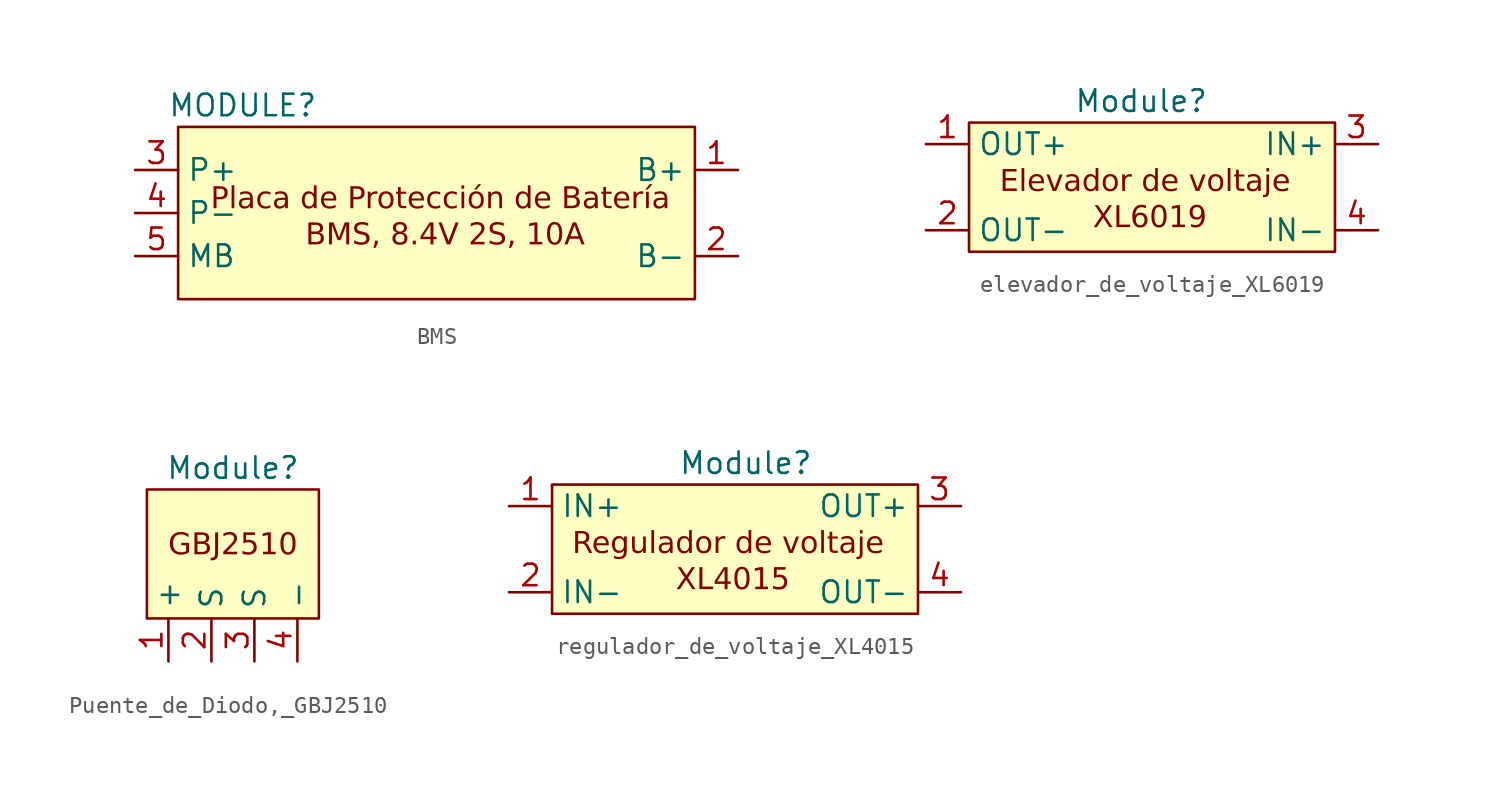
<source format=kicad_sym>
(kicad_symbol_lib
  (version 20231120)
  (generator "kicad_symbol_editor")
  (generator_version "8.0")
  (symbol "BMS"
    (property "Reference" "MODULE"
      (at 0 0 0)
      (effects (font (size 1.27 1.27))))
    (property "Value" ""
      (at 0 0 0)
      (effects (font (size 1.27 1.27))))
    (symbol "BMS_1_1"
      (rectangle (start -3.81 -1.27) (end 26.67 -11.43) (stroke (width 0) (type default)) (fill (type background)))
      (text "Placa de Protección de Batería \nBMS, 8.4V 2S, 10A" (at 11.938 -6.604 0) (effects (font (face "Arial") (size 1.27 1.27))))
      (pin input line (at 29.21 -3.81 180) (length 2.54) (name "B+" (effects (font (size 1.27 1.27)))) (number "1" (effects (font (size 1.27 1.27)))))
      (pin input line (at 29.21 -8.89 180) (length 2.54) (name "B-" (effects (font (size 1.27 1.27)))) (number "2" (effects (font (size 1.27 1.27)))))
      (pin input line (at -6.35 -3.81 0) (length 2.54) (name "P+" (effects (font (size 1.27 1.27)))) (number "3" (effects (font (size 1.27 1.27)))))
      (pin input line (at -6.35 -6.35 0) (length 2.54) (name "P-" (effects (font (size 1.27 1.27)))) (number "4" (effects (font (size 1.27 1.27)))))
      (pin input line (at -6.35 -8.89 0) (length 2.54) (name "MB" (effects (font (size 1.27 1.27)))) (number "5" (effects (font (size 1.27 1.27)))))))
  (symbol "elevador_de_voltaje_XL6019"
    (property "Reference" "Module"
      (at 0 0 0)
      (effects (font (size 1.27 1.27))))
    (property "Value" ""
      (at 0 0 0)
      (effects (font (size 1.27 1.27))))
    (symbol "elevador_de_voltaje_XL6019_1_1"
      (rectangle (start -10.16 -1.27) (end 11.43 -8.89) (stroke (width 0) (type default)) (fill (type background)))
      (text "Elevador de voltaje \nXL6019" (at 0.508 -5.842 0) (effects (font (face "Arial") (size 1.27 1.27))))
      (pin input line (at -12.7 -2.54 0) (length 2.54) (name "OUT+" (effects (font (size 1.27 1.27)))) (number "1" (effects (font (size 1.27 1.27)))))
      (pin input line (at -12.7 -7.62 0) (length 2.54) (name "OUT-" (effects (font (size 1.27 1.27)))) (number "2" (effects (font (size 1.27 1.27)))))
      (pin input line (at 13.97 -2.54 180) (length 2.54) (name "IN+" (effects (font (size 1.27 1.27)))) (number "3" (effects (font (size 1.27 1.27)))))
      (pin input line (at 13.97 -7.62 180) (length 2.54) (name "IN-" (effects (font (size 1.27 1.27)))) (number "4" (effects (font (size 1.27 1.27)))))))
  (symbol "Puente_de_Diodo,_GBJ2510"
    (property "Reference" "Module"
      (at 0 0 0)
      (effects (font (size 1.27 1.27))))
    (property "Value" ""
      (at 0 0 0)
      (effects (font (size 1.27 1.27))))
    (symbol "Puente_de_Diodo,_GBJ2510_1_1"
      (rectangle (start -5.08 -1.27) (end 5.08 -8.89) (stroke (width 0) (type default)) (fill (type background)))
      (text "GBJ2510" (at 0 -4.572 0) (effects (font (face "Arial") (size 1.27 1.27))))
      (pin input line (at -3.81 -11.43 90) (length 2.54) (name "+" (effects (font (size 1.27 1.27)))) (number "1" (effects (font (size 1.27 1.27)))))
      (pin input line (at -1.27 -11.43 90) (length 2.54) (name "S" (effects (font (size 1.27 1.27)))) (number "2" (effects (font (size 1.27 1.27)))))
      (pin input line (at 1.27 -11.43 90) (length 2.54) (name "S" (effects (font (size 1.27 1.27)))) (number "3" (effects (font (size 1.27 1.27)))))
      (pin input line (at 3.81 -11.43 90) (length 2.54) (name "-" (effects (font (size 1.27 1.27)))) (number "4" (effects (font (size 1.27 1.27)))))))
  (symbol "regulador_de_voltaje_XL4015"
    (property "Reference" "Module"
      (at 0 0 0)
      (effects (font (size 1.27 1.27))))
    (property "Value" ""
      (at 0 0 0)
      (effects (font (size 1.27 1.27))))
    (symbol "regulador_de_voltaje_XL4015_1_1"
      (rectangle (start -11.43 -1.27) (end 10.16 -8.89) (stroke (width 0) (type default)) (fill (type background)))
      (text "Regulador de voltaje \nXL4015" (at -0.762 -5.842 0) (effects (font (face "Arial") (size 1.27 1.27))))
      (pin input line (at -13.97 -2.54 0) (length 2.54) (name "IN+" (effects (font (size 1.27 1.27)))) (number "1" (effects (font (size 1.27 1.27)))))
      (pin input line (at -13.97 -7.62 0) (length 2.54) (name "IN-" (effects (font (size 1.27 1.27)))) (number "2" (effects (font (size 1.27 1.27)))))
      (pin input line (at 12.7 -2.54 180) (length 2.54) (name "OUT+" (effects (font (size 1.27 1.27)))) (number "3" (effects (font (size 1.27 1.27)))))
      (pin input line (at 12.7 -7.62 180) (length 2.54) (name "OUT-" (effects (font (size 1.27 1.27)))) (number "4" (effects (font (size 1.27 1.27))))))))
</source>
